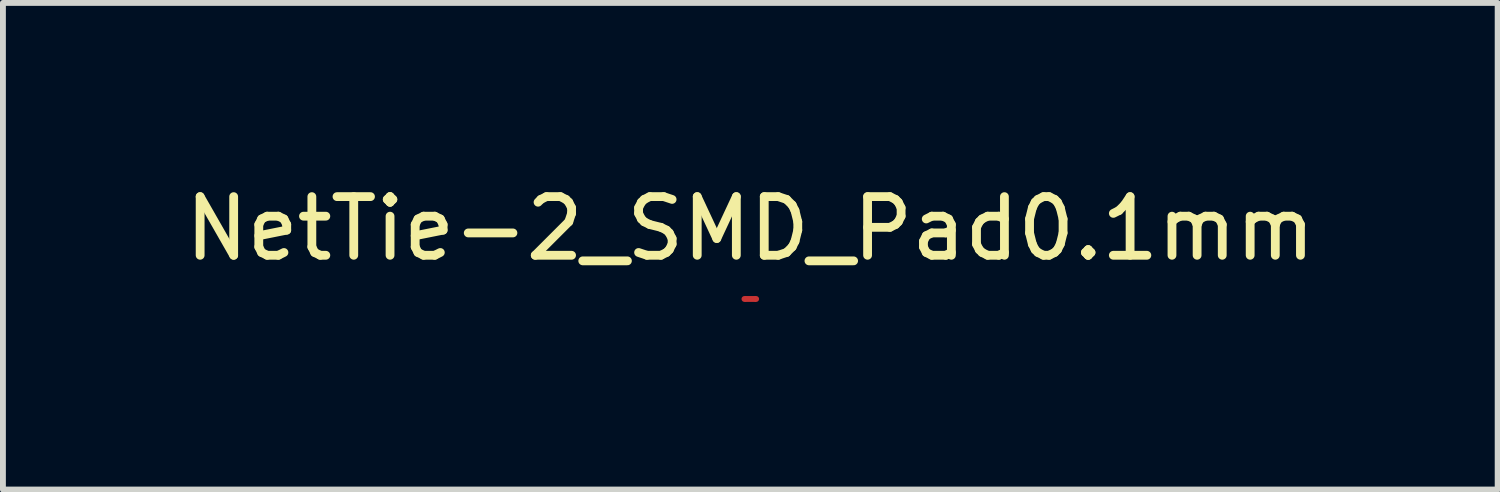
<source format=kicad_pcb>
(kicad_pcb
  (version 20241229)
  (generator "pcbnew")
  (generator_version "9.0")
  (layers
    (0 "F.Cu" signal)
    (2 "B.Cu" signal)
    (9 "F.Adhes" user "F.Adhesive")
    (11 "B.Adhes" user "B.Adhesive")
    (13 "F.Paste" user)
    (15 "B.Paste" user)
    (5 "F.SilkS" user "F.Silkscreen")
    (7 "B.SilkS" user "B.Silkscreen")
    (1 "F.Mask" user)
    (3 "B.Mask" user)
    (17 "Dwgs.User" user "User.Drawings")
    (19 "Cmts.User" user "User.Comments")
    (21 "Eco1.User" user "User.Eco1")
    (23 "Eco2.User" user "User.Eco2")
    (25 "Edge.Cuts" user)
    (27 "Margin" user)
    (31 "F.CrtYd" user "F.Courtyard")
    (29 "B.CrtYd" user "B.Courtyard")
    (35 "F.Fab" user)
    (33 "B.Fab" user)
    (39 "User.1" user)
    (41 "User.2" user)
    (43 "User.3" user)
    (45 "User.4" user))
  (footprint "NetTie-2_SMD_Pad0.1mm"
    (layer "F.Cu")
    (at 9.744 2.048)
    (property "Reference" "NetTie-2_SMD_Pad0.1mm" (at 0 -1.2 0) (layer "F.SilkS") (effects (font (size 1 1) (thickness 0.15))))
    (attr exclude_from_pos_files exclude_from_bom allow_missing_courtyard)
    (fp_poly (pts (xy -0.1 -0.05) (xy 0.1 -0.05) (xy 0.1 0.05) (xy -0.1 0.05)) (stroke (width 0) (type solid)) (fill yes) (layer "F.Cu"))
    (pad "1" smd circle (at -0.1 0) (size 0.1 0.1) (layers "F.Cu"))
    (pad "2" smd circle (at 0.1 0) (size 0.1 0.1) (layers "F.Cu")))
  (gr_rect
    (start -3 -3)
    (end 22.488 5.298)
    (stroke (width 0.1) (type default))
    (fill no)
    (layer "Edge.Cuts")))
</source>
